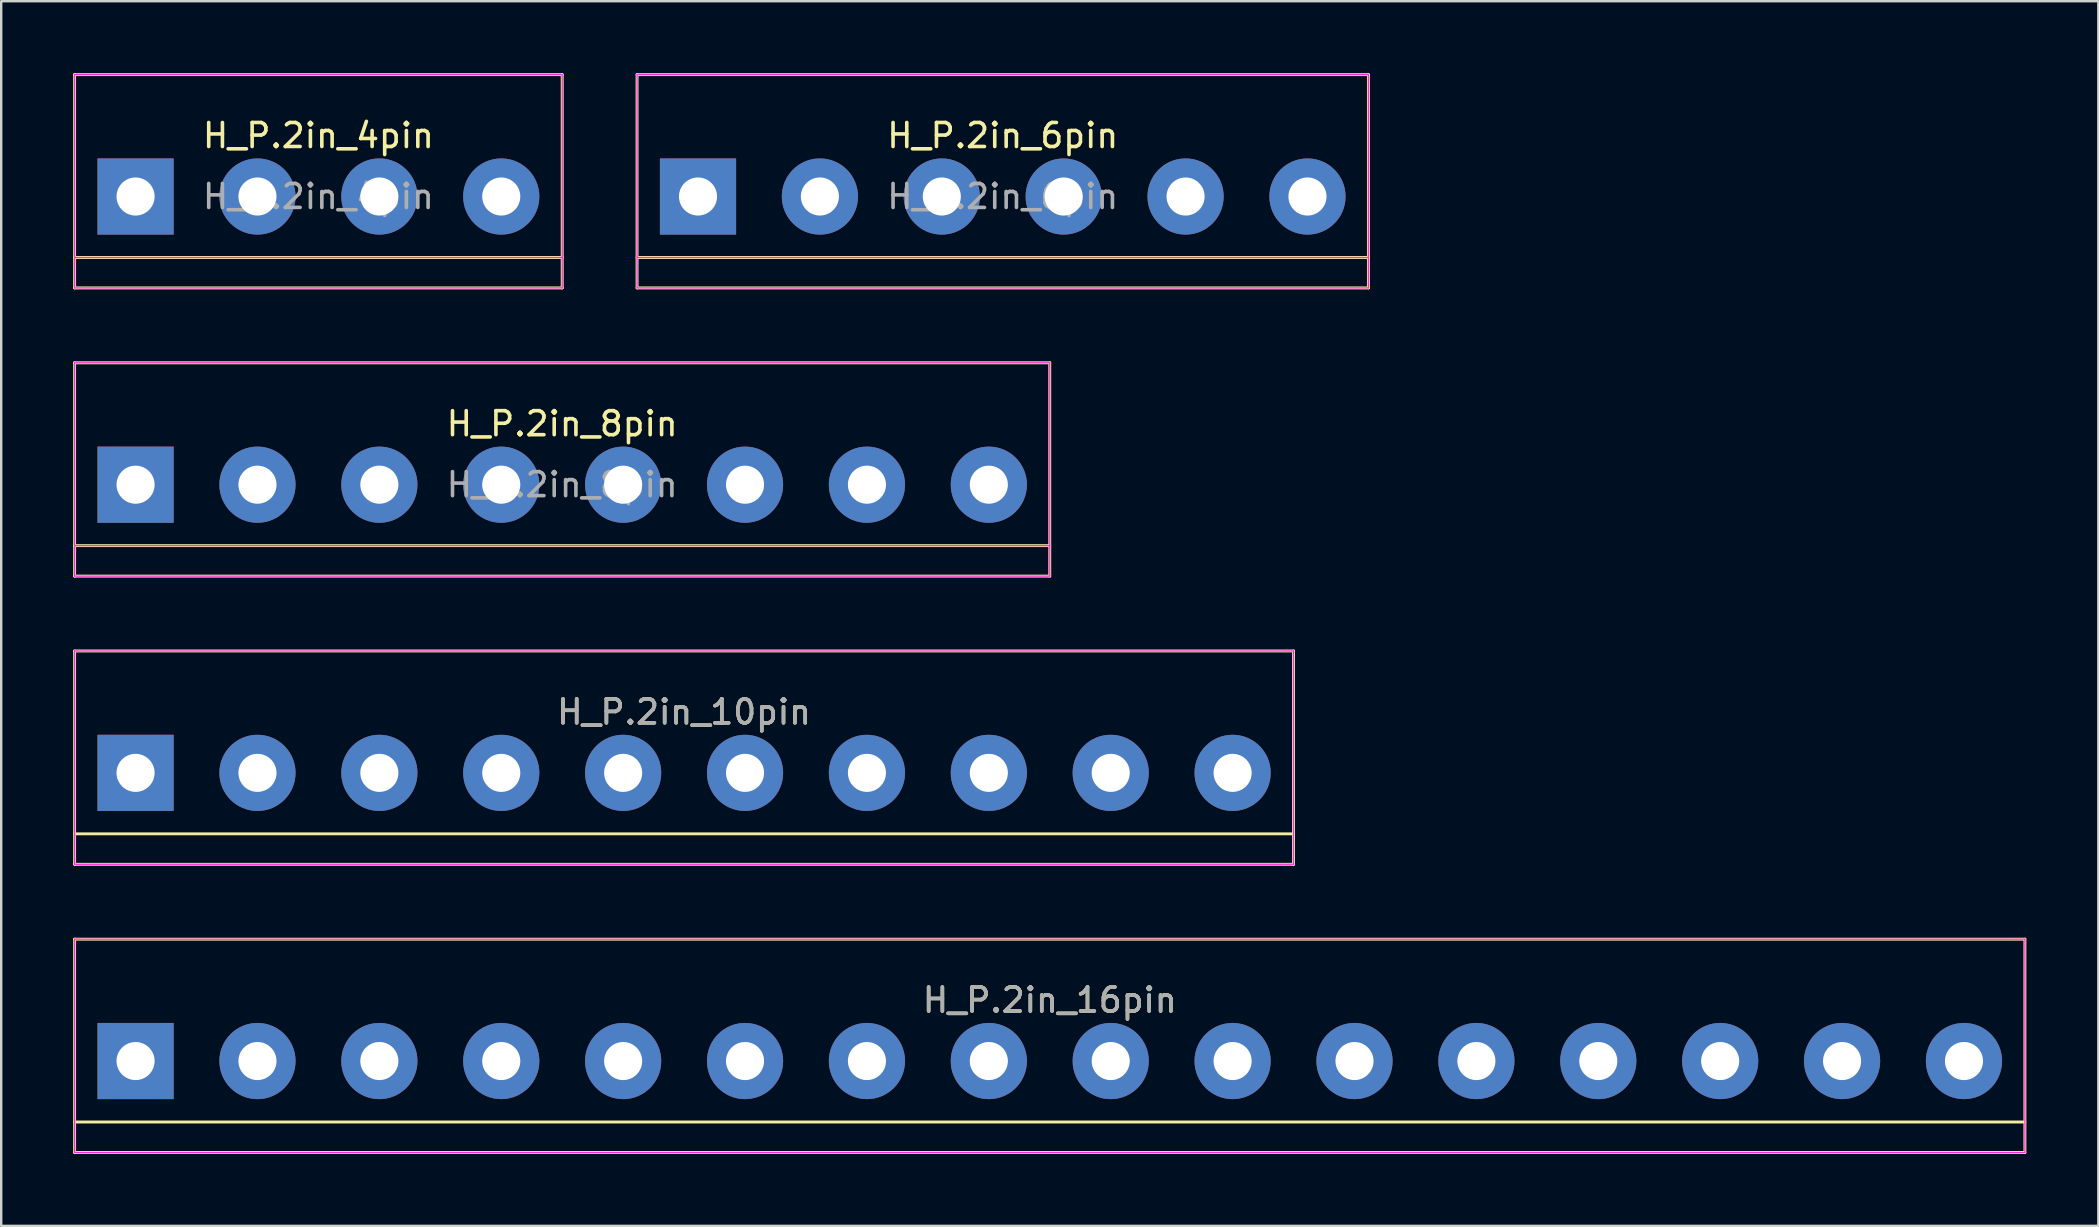
<source format=kicad_pcb>
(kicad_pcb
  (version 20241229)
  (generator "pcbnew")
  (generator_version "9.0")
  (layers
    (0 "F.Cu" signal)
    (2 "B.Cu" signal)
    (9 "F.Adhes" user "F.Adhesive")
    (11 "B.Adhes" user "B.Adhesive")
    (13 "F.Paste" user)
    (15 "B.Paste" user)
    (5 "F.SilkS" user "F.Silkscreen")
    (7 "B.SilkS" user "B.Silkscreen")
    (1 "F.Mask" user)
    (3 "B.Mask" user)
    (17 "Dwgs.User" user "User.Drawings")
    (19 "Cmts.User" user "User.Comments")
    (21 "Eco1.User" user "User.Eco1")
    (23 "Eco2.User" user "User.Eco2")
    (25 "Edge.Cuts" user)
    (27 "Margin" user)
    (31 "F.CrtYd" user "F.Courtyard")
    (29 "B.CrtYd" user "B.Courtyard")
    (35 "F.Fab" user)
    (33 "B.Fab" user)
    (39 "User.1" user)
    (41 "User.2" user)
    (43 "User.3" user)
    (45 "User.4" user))
  (footprint "H_P.2in_6pin"
    (layer "F.Cu")
    (at 26.04 5.14)
    (property "Reference" "H_P.2in_6pin" (at 12.7 -2.54 0) (layer "F.SilkS") (effects (font (size 1 1) (thickness 0.15))))
    (attr through_hole)
    (fp_line (start -2.54 -5.08) (end 27.94 -5.08) (stroke (width 0.12) (type solid)) (layer "F.SilkS"))
    (fp_line (start -2.54 2.54) (end 27.94 2.54) (stroke (width 0.12) (type solid)) (layer "F.SilkS"))
    (fp_line (start -2.54 3.81) (end -2.54 -5.08) (stroke (width 0.12) (type solid)) (layer "F.SilkS"))
    (fp_line (start -2.54 3.81) (end 27.94 3.81) (stroke (width 0.12) (type solid)) (layer "F.SilkS"))
    (fp_line (start 27.94 -5.08) (end 27.94 3.81) (stroke (width 0.12) (type solid)) (layer "F.SilkS"))
    (fp_line (start -2.54 -5.08) (end -2.54 3.81) (stroke (width 0.05) (type solid)) (layer "F.CrtYd"))
    (fp_line (start -2.54 -5.08) (end 27.94 -5.08) (stroke (width 0.05) (type solid)) (layer "F.CrtYd"))
    (fp_line (start -2.54 2.54) (end 27.94 2.54) (stroke (width 0.05) (type solid)) (layer "F.CrtYd"))
    (fp_line (start 27.94 -5.08) (end 27.94 3.81) (stroke (width 0.05) (type solid)) (layer "F.CrtYd"))
    (fp_line (start 27.94 3.81) (end -2.54 3.81) (stroke (width 0.05) (type solid)) (layer "F.CrtYd"))
    (fp_text user "${REFERENCE}" (at 12.7 0 0) (layer "F.Fab") (effects (font (size 1 1) (thickness 0.15))))
    (pad "1" thru_hole rect (at 0 0) (size 3.175 3.175) (drill 1.587) (layers "*.Cu" "*.Mask"))
    (pad "2" thru_hole circle (at 5.08 0) (size 3.175 3.175) (drill 1.587) (layers "*.Cu" "*.Mask"))
    (pad "3" thru_hole circle (at 10.16 0) (size 3.175 3.175) (drill 1.587) (layers "*.Cu" "*.Mask"))
    (pad "4" thru_hole circle (at 15.24 0) (size 3.175 3.175) (drill 1.587) (layers "*.Cu" "*.Mask"))
    (pad "5" thru_hole circle (at 20.32 0) (size 3.175 3.175) (drill 1.587) (layers "*.Cu" "*.Mask"))
    (pad "6" thru_hole circle (at 25.4 0) (size 3.175 3.175) (drill 1.587) (layers "*.Cu" "*.Mask")))
  (footprint "H_P.2in_8pin"
    (layer "F.Cu")
    (at 2.6 17.15)
    (property "Reference" "H_P.2in_8pin" (at 17.78 -2.54 0) (layer "F.SilkS") (effects (font (size 1 1) (thickness 0.15))))
    (attr through_hole)
    (fp_line (start -2.54 -5.08) (end 38.1 -5.08) (stroke (width 0.12) (type solid)) (layer "F.SilkS"))
    (fp_line (start -2.54 2.54) (end 38.1 2.54) (stroke (width 0.12) (type solid)) (layer "F.SilkS"))
    (fp_line (start -2.54 3.81) (end -2.54 -5.08) (stroke (width 0.12) (type solid)) (layer "F.SilkS"))
    (fp_line (start -2.54 3.81) (end 38.1 3.81) (stroke (width 0.12) (type solid)) (layer "F.SilkS"))
    (fp_line (start 38.1 -5.08) (end 38.1 3.81) (stroke (width 0.12) (type solid)) (layer "F.SilkS"))
    (fp_line (start -2.54 -5.08) (end -2.54 3.81) (stroke (width 0.05) (type solid)) (layer "F.CrtYd"))
    (fp_line (start -2.54 -5.08) (end 38.1 -5.08) (stroke (width 0.05) (type solid)) (layer "F.CrtYd"))
    (fp_line (start -2.54 2.54) (end 38.1 2.54) (stroke (width 0.05) (type solid)) (layer "F.CrtYd"))
    (fp_line (start 38.1 -5.08) (end 38.1 3.81) (stroke (width 0.05) (type solid)) (layer "F.CrtYd"))
    (fp_line (start 38.1 3.81) (end -2.54 3.81) (stroke (width 0.05) (type solid)) (layer "F.CrtYd"))
    (fp_text user "${REFERENCE}" (at 17.78 0 0) (layer "F.Fab") (effects (font (size 1 1) (thickness 0.15))))
    (pad "1" thru_hole rect (at 0 0) (size 3.175 3.175) (drill 1.587) (layers "*.Cu" "*.Mask"))
    (pad "2" thru_hole circle (at 5.08 0) (size 3.175 3.175) (drill 1.587) (layers "*.Cu" "*.Mask"))
    (pad "3" thru_hole circle (at 10.16 0) (size 3.175 3.175) (drill 1.587) (layers "*.Cu" "*.Mask"))
    (pad "4" thru_hole circle (at 15.24 0) (size 3.175 3.175) (drill 1.587) (layers "*.Cu" "*.Mask"))
    (pad "5" thru_hole circle (at 20.32 0) (size 3.175 3.175) (drill 1.587) (layers "*.Cu" "*.Mask"))
    (pad "6" thru_hole circle (at 25.4 0) (size 3.175 3.175) (drill 1.587) (layers "*.Cu" "*.Mask"))
    (pad "7" thru_hole circle (at 30.48 0) (size 3.175 3.175) (drill 1.587) (layers "*.Cu" "*.Mask"))
    (pad "8" thru_hole circle (at 35.56 0) (size 3.175 3.175) (drill 1.587) (layers "*.Cu" "*.Mask")))
  (footprint "H_P.2in_4pin"
    (layer "F.Cu")
    (at 2.6 5.14)
    (property "Reference" "H_P.2in_4pin" (at 7.62 -2.54 0) (layer "F.SilkS") (effects (font (size 1 1) (thickness 0.15))))
    (attr through_hole)
    (fp_line (start -2.54 -5.08) (end 17.78 -5.08) (stroke (width 0.12) (type solid)) (layer "F.SilkS"))
    (fp_line (start -2.54 2.54) (end 17.78 2.54) (stroke (width 0.12) (type solid)) (layer "F.SilkS"))
    (fp_line (start -2.54 3.81) (end -2.54 -5.08) (stroke (width 0.12) (type solid)) (layer "F.SilkS"))
    (fp_line (start -2.54 3.81) (end 17.78 3.81) (stroke (width 0.12) (type solid)) (layer "F.SilkS"))
    (fp_line (start 17.78 -5.08) (end 17.78 3.81) (stroke (width 0.12) (type solid)) (layer "F.SilkS"))
    (fp_line (start -2.54 -5.08) (end -2.54 3.81) (stroke (width 0.05) (type solid)) (layer "F.CrtYd"))
    (fp_line (start -2.54 -5.08) (end 17.78 -5.08) (stroke (width 0.05) (type solid)) (layer "F.CrtYd"))
    (fp_line (start -2.54 2.54) (end 17.78 2.54) (stroke (width 0.05) (type solid)) (layer "F.CrtYd"))
    (fp_line (start 17.78 -5.08) (end 17.78 3.81) (stroke (width 0.05) (type solid)) (layer "F.CrtYd"))
    (fp_line (start 17.78 3.81) (end -2.54 3.81) (stroke (width 0.05) (type solid)) (layer "F.CrtYd"))
    (fp_text user "${REFERENCE}" (at 7.62 0 0) (layer "F.Fab") (effects (font (size 1 1) (thickness 0.15))))
    (pad "1" thru_hole rect (at 0 0) (size 3.175 3.175) (drill 1.587) (layers "*.Cu" "*.Mask"))
    (pad "2" thru_hole circle (at 5.08 0) (size 3.175 3.175) (drill 1.587) (layers "*.Cu" "*.Mask"))
    (pad "3" thru_hole circle (at 10.16 0) (size 3.175 3.175) (drill 1.587) (layers "*.Cu" "*.Mask"))
    (pad "4" thru_hole circle (at 15.24 0) (size 3.175 3.175) (drill 1.587) (layers "*.Cu" "*.Mask")))
  (footprint "H_P.2in_16pin"
    (layer "F.Cu")
    (at 2.6 41.17)
    (property "Reference" "H_P.2in_16pin" (at 38.1 -2.54 0) (layer "F.SilkS") (effects (font (size 1 1) (thickness 0.15))))
    (attr through_hole)
    (fp_line (start -2.54 -5.08) (end 78.74 -5.08) (stroke (width 0.12) (type solid)) (layer "F.SilkS"))
    (fp_line (start -2.54 2.54) (end 78.74 2.54) (stroke (width 0.12) (type solid)) (layer "F.SilkS"))
    (fp_line (start -2.54 3.81) (end -2.54 -5.08) (stroke (width 0.12) (type solid)) (layer "F.SilkS"))
    (fp_line (start -2.54 3.81) (end 78.74 3.81) (stroke (width 0.12) (type solid)) (layer "F.SilkS"))
    (fp_line (start 78.74 -5.08) (end 78.74 3.81) (stroke (width 0.12) (type solid)) (layer "F.SilkS"))
    (fp_line (start -2.54 -5.08) (end -2.54 3.81) (stroke (width 0.05) (type solid)) (layer "F.CrtYd"))
    (fp_line (start -2.54 -5.08) (end 78.74 -5.08) (stroke (width 0.05) (type solid)) (layer "F.CrtYd"))
    (fp_line (start 78.74 -5.08) (end 78.74 3.81) (stroke (width 0.05) (type solid)) (layer "F.CrtYd"))
    (fp_line (start 78.74 3.81) (end -2.54 3.81) (stroke (width 0.05) (type solid)) (layer "F.CrtYd"))
    (fp_text user "${REFERENCE}" (at 38.1 -2.54 0) (layer "F.Fab") (effects (font (size 1 1) (thickness 0.15))))
    (pad "1" thru_hole rect (at 0 0) (size 3.175 3.175) (drill 1.587) (layers "*.Cu" "*.Mask"))
    (pad "2" thru_hole circle (at 5.08 0) (size 3.175 3.175) (drill 1.587) (layers "*.Cu" "*.Mask"))
    (pad "3" thru_hole circle (at 10.16 0) (size 3.175 3.175) (drill 1.587) (layers "*.Cu" "*.Mask"))
    (pad "4" thru_hole circle (at 15.24 0) (size 3.175 3.175) (drill 1.587) (layers "*.Cu" "*.Mask"))
    (pad "5" thru_hole circle (at 20.32 0) (size 3.175 3.175) (drill 1.587) (layers "*.Cu" "*.Mask"))
    (pad "6" thru_hole circle (at 25.4 0) (size 3.175 3.175) (drill 1.587) (layers "*.Cu" "*.Mask"))
    (pad "7" thru_hole circle (at 30.48 0 180) (size 3.175 3.175) (drill 1.587) (layers "*.Cu" "*.Mask"))
    (pad "8" thru_hole circle (at 35.56 0 180) (size 3.175 3.175) (drill 1.587) (layers "*.Cu" "*.Mask"))
    (pad "9" thru_hole circle (at 40.64 0 180) (size 3.175 3.175) (drill 1.587) (layers "*.Cu" "*.Mask"))
    (pad "10" thru_hole circle (at 45.72 0 180) (size 3.175 3.175) (drill 1.587) (layers "*.Cu" "*.Mask"))
    (pad "11" thru_hole circle (at 50.8 0 180) (size 3.175 3.175) (drill 1.587) (layers "*.Cu" "*.Mask"))
    (pad "12" thru_hole circle (at 55.88 0 180) (size 3.175 3.175) (drill 1.587) (layers "*.Cu" "*.Mask"))
    (pad "13" thru_hole circle (at 60.96 0 180) (size 3.175 3.175) (drill 1.587) (layers "*.Cu" "*.Mask"))
    (pad "14" thru_hole circle (at 66.04 0 180) (size 3.175 3.175) (drill 1.587) (layers "*.Cu" "*.Mask"))
    (pad "15" thru_hole circle (at 71.12 0 180) (size 3.175 3.175) (drill 1.587) (layers "*.Cu" "*.Mask"))
    (pad "16" thru_hole circle (at 76.2 0 180) (size 3.175 3.175) (drill 1.587) (layers "*.Cu" "*.Mask")))
  (footprint "H_P.2in_10pin"
    (layer "F.Cu")
    (at 2.6 29.16)
    (property "Reference" "H_P.2in_10pin" (at 22.86 -2.54 0) (layer "F.SilkS") (effects (font (size 1 1) (thickness 0.15))))
    (attr through_hole)
    (fp_line (start -2.54 -5.08) (end 48.26 -5.08) (stroke (width 0.12) (type solid)) (layer "F.SilkS"))
    (fp_line (start -2.54 2.54) (end 48.26 2.54) (stroke (width 0.12) (type solid)) (layer "F.SilkS"))
    (fp_line (start -2.54 3.81) (end -2.54 -5.08) (stroke (width 0.12) (type solid)) (layer "F.SilkS"))
    (fp_line (start -2.54 3.81) (end 48.26 3.81) (stroke (width 0.12) (type solid)) (layer "F.SilkS"))
    (fp_line (start 48.26 3.81) (end 48.26 -5.08) (stroke (width 0.12) (type solid)) (layer "F.SilkS"))
    (fp_line (start -2.54 -5.08) (end -2.54 3.81) (stroke (width 0.05) (type solid)) (layer "F.CrtYd"))
    (fp_line (start -2.54 -5.08) (end 48.26 -5.08) (stroke (width 0.05) (type solid)) (layer "F.CrtYd"))
    (fp_line (start 48.26 -5.08) (end 48.26 3.81) (stroke (width 0.05) (type solid)) (layer "F.CrtYd"))
    (fp_line (start 48.26 3.81) (end -2.54 3.81) (stroke (width 0.05) (type solid)) (layer "F.CrtYd"))
    (fp_text user "${REFERENCE}" (at 22.86 -2.54 0) (layer "F.Fab") (effects (font (size 1 1) (thickness 0.15))))
    (pad "1" thru_hole rect (at 0 0) (size 3.175 3.175) (drill 1.587) (layers "*.Cu" "*.Mask"))
    (pad "2" thru_hole circle (at 5.08 0) (size 3.175 3.175) (drill 1.587) (layers "*.Cu" "*.Mask"))
    (pad "3" thru_hole circle (at 10.16 0) (size 3.175 3.175) (drill 1.587) (layers "*.Cu" "*.Mask"))
    (pad "4" thru_hole circle (at 15.24 0) (size 3.175 3.175) (drill 1.587) (layers "*.Cu" "*.Mask"))
    (pad "5" thru_hole circle (at 20.32 0) (size 3.175 3.175) (drill 1.587) (layers "*.Cu" "*.Mask"))
    (pad "6" thru_hole circle (at 25.4 0) (size 3.175 3.175) (drill 1.587) (layers "*.Cu" "*.Mask"))
    (pad "7" thru_hole circle (at 30.48 0 180) (size 3.175 3.175) (drill 1.587) (layers "*.Cu" "*.Mask"))
    (pad "8" thru_hole circle (at 35.56 0 180) (size 3.175 3.175) (drill 1.587) (layers "*.Cu" "*.Mask"))
    (pad "9" thru_hole circle (at 40.64 0 180) (size 3.175 3.175) (drill 1.587) (layers "*.Cu" "*.Mask"))
    (pad "10" thru_hole circle (at 45.72 0 180) (size 3.175 3.175) (drill 1.587) (layers "*.Cu" "*.Mask")))
  (gr_rect
    (start -3 -3)
    (end 84.4 48.04)
    (stroke (width 0.1) (type default))
    (fill no)
    (layer "Edge.Cuts")))
</source>
